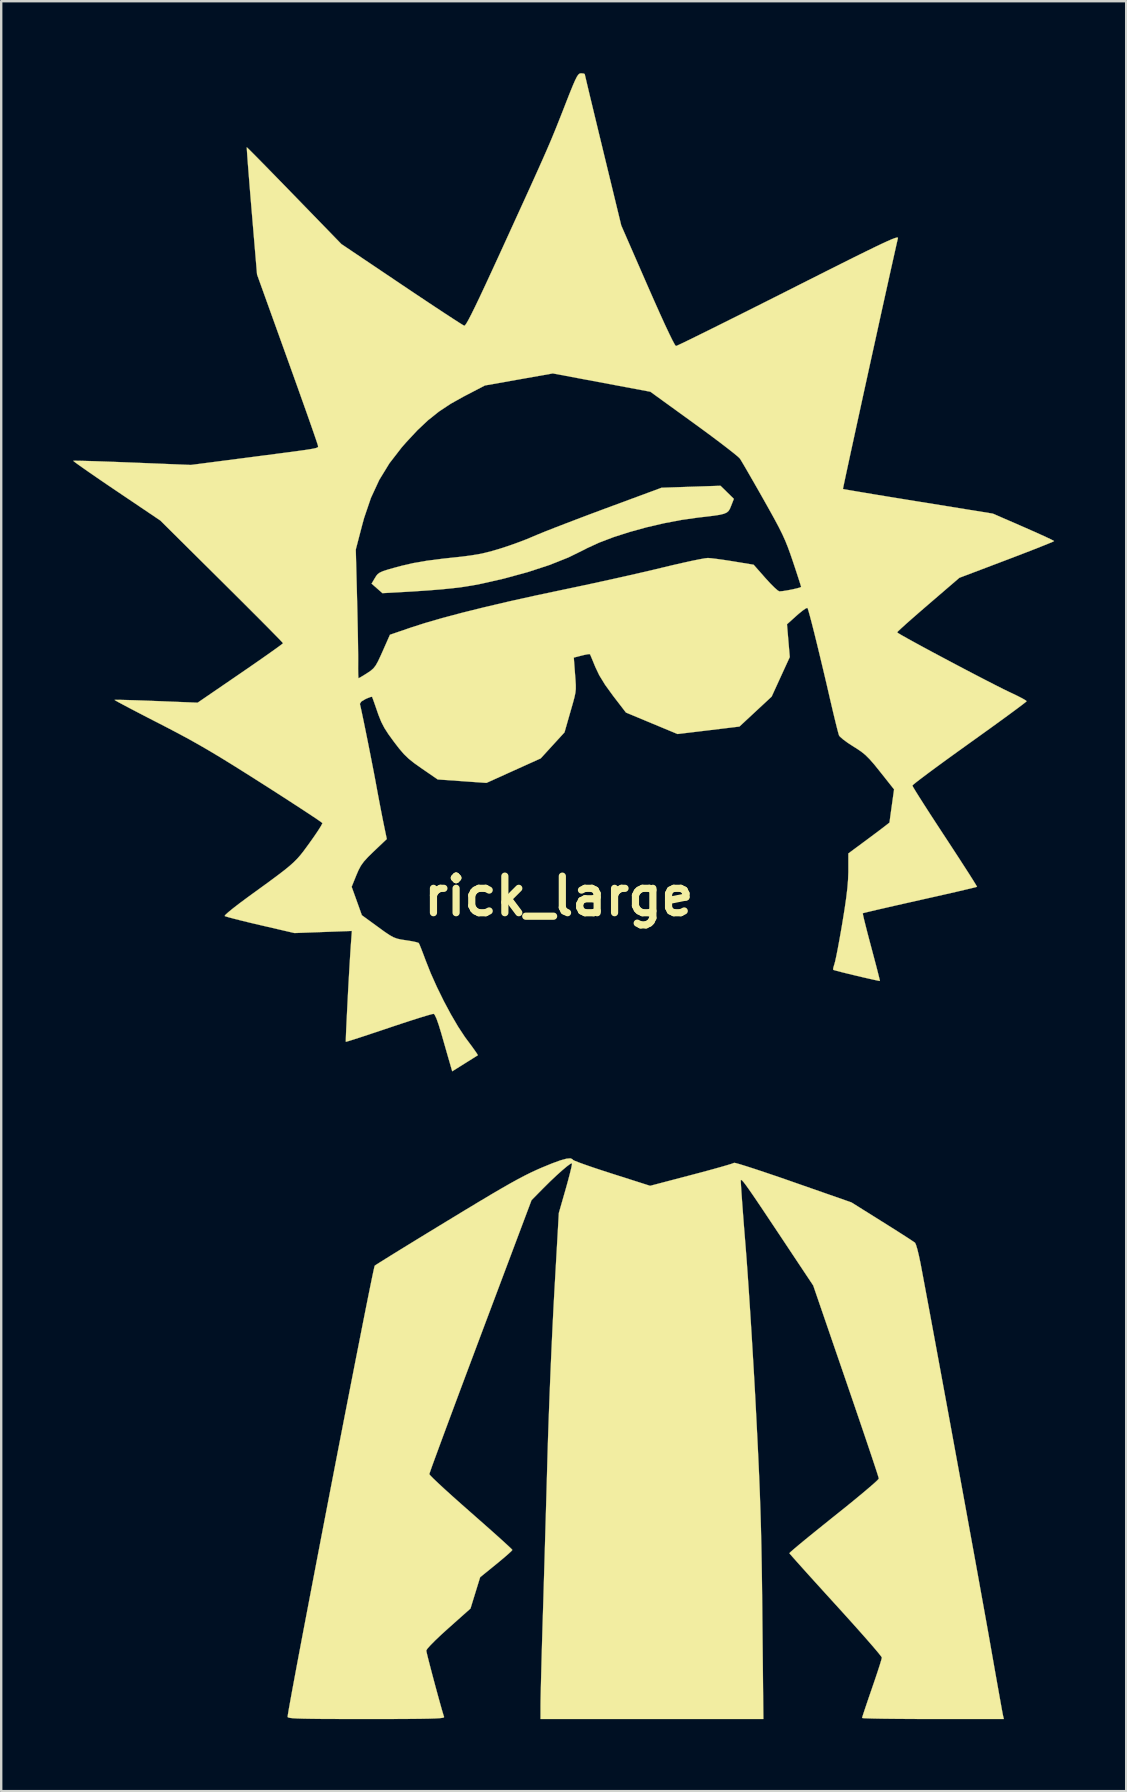
<source format=kicad_pcb>
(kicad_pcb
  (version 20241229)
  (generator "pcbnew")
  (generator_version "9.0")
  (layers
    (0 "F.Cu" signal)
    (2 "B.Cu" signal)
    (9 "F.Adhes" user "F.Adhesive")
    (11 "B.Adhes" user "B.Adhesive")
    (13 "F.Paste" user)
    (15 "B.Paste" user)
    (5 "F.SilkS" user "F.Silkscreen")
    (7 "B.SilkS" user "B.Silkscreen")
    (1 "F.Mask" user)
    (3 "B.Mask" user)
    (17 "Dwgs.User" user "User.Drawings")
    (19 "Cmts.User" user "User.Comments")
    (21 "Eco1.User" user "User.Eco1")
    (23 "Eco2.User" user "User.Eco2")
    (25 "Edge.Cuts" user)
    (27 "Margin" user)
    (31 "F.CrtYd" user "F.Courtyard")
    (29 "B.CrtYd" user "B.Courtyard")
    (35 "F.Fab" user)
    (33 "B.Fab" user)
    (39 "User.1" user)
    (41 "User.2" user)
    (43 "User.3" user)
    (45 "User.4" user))
  (footprint "rick_large"
    (layer "F.Cu")
    (at 20.238 34.295)
    (property "Reference" "rick_large" (at 0 0 0) (layer "F.SilkS") (effects (font (size 1.524 1.524) (thickness 0.3))))
    (attr through_hole)
    (fp_poly (pts (xy 7.015 -16.829) (xy 7.293 -16.556) (xy 7.179 -16.266) (xy 7.13 -16.146) (xy 7.075 -16.055) (xy 6.997 -15.987) (xy 6.878 -15.935) (xy 6.699 -15.892) (xy 6.443 -15.853) (xy 6.089 -15.81) (xy 5.813 -15.779) (xy 5.116 -15.68) (xy 4.388 -15.542) (xy 3.656 -15.372) (xy 2.944 -15.175) (xy 2.277 -14.961) (xy 1.681 -14.734) (xy 1.18 -14.504) (xy 1.079 -14.45) (xy 0.402 -14.117) (xy -0.391 -13.801) (xy -1.292 -13.506) (xy -2.29 -13.234) (xy -3.207 -13.025) (xy -3.578 -12.953) (xy -3.968 -12.89) (xy -4.395 -12.836) (xy -4.878 -12.787) (xy -5.436 -12.742) (xy -6.087 -12.698) (xy -6.644 -12.666) (xy -7.351 -12.627) (xy -7.577 -12.825) (xy -7.803 -13.024) (xy -7.67 -13.248) (xy -7.609 -13.347) (xy -7.545 -13.423) (xy -7.457 -13.485) (xy -7.326 -13.544) (xy -7.13 -13.608) (xy -6.849 -13.687) (xy -6.536 -13.771) (xy -6.059 -13.881) (xy -5.498 -13.978) (xy -4.836 -14.063) (xy -4.551 -14.094) (xy -4.071 -14.145) (xy -3.685 -14.195) (xy -3.361 -14.247) (xy -3.068 -14.309) (xy -2.772 -14.386) (xy -2.463 -14.477) (xy -2.089 -14.599) (xy -1.695 -14.74) (xy -1.328 -14.88) (xy -1.056 -14.995) (xy -0.865 -15.076) (xy -0.572 -15.195) (xy -0.194 -15.344) (xy 0.252 -15.516) (xy 0.749 -15.706) (xy 1.28 -15.907) (xy 1.827 -16.111) (xy 1.901 -16.139) (xy 4.279 -17.019) (xy 5.508 -17.061) (xy 6.737 -17.102) (xy 7.015 -16.829)) (stroke (width 0.01) (type solid)) (fill yes) (layer "F.SilkS"))
    (fp_poly (pts (xy 0.571 10.964) (xy 0.582 10.987) (xy 0.646 11.022) (xy 0.815 11.09) (xy 1.074 11.184) (xy 1.405 11.299) (xy 1.793 11.428) (xy 2.204 11.561) (xy 3.804 12.071) (xy 5.537 11.616) (xy 5.987 11.497) (xy 6.395 11.386) (xy 6.746 11.288) (xy 7.025 11.207) (xy 7.215 11.148) (xy 7.3 11.115) (xy 7.303 11.113) (xy 7.367 11.122) (xy 7.539 11.17) (xy 7.805 11.252) (xy 8.152 11.364) (xy 8.567 11.502) (xy 9.039 11.662) (xy 9.553 11.839) (xy 9.764 11.913) (xy 12.193 12.762) (xy 13.479 13.567) (xy 13.844 13.796) (xy 14.175 14.006) (xy 14.457 14.186) (xy 14.673 14.327) (xy 14.807 14.417) (xy 14.843 14.443) (xy 14.884 14.53) (xy 14.94 14.715) (xy 15.003 14.975) (xy 15.068 15.282) (xy 15.079 15.338) (xy 15.173 15.839) (xy 15.286 16.444) (xy 15.416 17.141) (xy 15.56 17.918) (xy 15.716 18.762) (xy 15.882 19.662) (xy 16.056 20.605) (xy 16.235 21.578) (xy 16.417 22.571) (xy 16.6 23.57) (xy 16.782 24.563) (xy 16.96 25.538) (xy 17.132 26.483) (xy 17.297 27.386) (xy 17.451 28.234) (xy 17.592 29.016) (xy 17.719 29.718) (xy 17.829 30.33) (xy 17.92 30.838) (xy 17.974 31.147) (xy 18.078 31.737) (xy 18.176 32.293) (xy 18.266 32.8) (xy 18.346 33.246) (xy 18.412 33.618) (xy 18.463 33.901) (xy 18.497 34.083) (xy 18.51 34.147) (xy 18.544 34.29) (xy 15.59 34.29) (xy 14.992 34.289) (xy 14.433 34.286) (xy 13.928 34.282) (xy 13.489 34.277) (xy 13.128 34.27) (xy 12.857 34.262) (xy 12.689 34.254) (xy 12.636 34.245) (xy 12.656 34.174) (xy 12.712 34.002) (xy 12.797 33.748) (xy 12.904 33.431) (xy 13.029 33.069) (xy 13.049 33.011) (xy 13.176 32.64) (xy 13.287 32.308) (xy 13.376 32.033) (xy 13.436 31.835) (xy 13.462 31.734) (xy 13.462 31.729) (xy 13.42 31.665) (xy 13.301 31.516) (xy 13.114 31.295) (xy 12.866 31.009) (xy 12.566 30.669) (xy 12.224 30.286) (xy 11.847 29.868) (xy 11.541 29.531) (xy 11.144 29.095) (xy 10.774 28.687) (xy 10.44 28.318) (xy 10.15 27.996) (xy 9.914 27.732) (xy 9.739 27.535) (xy 9.635 27.415) (xy 9.608 27.38) (xy 9.653 27.332) (xy 9.787 27.215) (xy 9.999 27.036) (xy 10.278 26.805) (xy 10.614 26.532) (xy 10.996 26.224) (xy 11.412 25.89) (xy 11.465 25.848) (xy 11.886 25.511) (xy 12.274 25.196) (xy 12.618 24.912) (xy 12.907 24.668) (xy 13.13 24.475) (xy 13.276 24.34) (xy 13.334 24.274) (xy 13.335 24.271) (xy 13.315 24.197) (xy 13.257 24.013) (xy 13.164 23.729) (xy 13.04 23.356) (xy 12.888 22.904) (xy 12.712 22.382) (xy 12.515 21.802) (xy 12.3 21.172) (xy 12.071 20.504) (xy 11.968 20.203) (xy 10.601 16.224) (xy 9.19 14.102) (xy 8.815 13.54) (xy 8.505 13.075) (xy 8.252 12.699) (xy 8.05 12.403) (xy 7.894 12.179) (xy 7.777 12.017) (xy 7.694 11.91) (xy 7.637 11.849) (xy 7.602 11.824) (xy 7.582 11.828) (xy 7.582 11.894) (xy 7.592 12.074) (xy 7.61 12.353) (xy 7.636 12.72) (xy 7.669 13.161) (xy 7.707 13.663) (xy 7.751 14.213) (xy 7.778 14.546) (xy 7.822 15.11) (xy 7.87 15.779) (xy 7.921 16.533) (xy 7.975 17.35) (xy 8.029 18.209) (xy 8.082 19.088) (xy 8.134 19.967) (xy 8.182 20.823) (xy 8.217 21.495) (xy 8.267 22.474) (xy 8.31 23.352) (xy 8.346 24.152) (xy 8.376 24.899) (xy 8.401 25.618) (xy 8.422 26.332) (xy 8.439 27.067) (xy 8.453 27.846) (xy 8.466 28.694) (xy 8.477 29.635) (xy 8.48 30.02) (xy 8.523 34.29) (xy -0.762 34.29) (xy -0.762 33.703) (xy -0.76 33.519) (xy -0.754 33.224) (xy -0.745 32.833) (xy -0.733 32.362) (xy -0.719 31.826) (xy -0.703 31.242) (xy -0.685 30.624) (xy -0.668 30.067) (xy -0.646 29.369) (xy -0.623 28.573) (xy -0.597 27.707) (xy -0.571 26.8) (xy -0.544 25.88) (xy -0.518 24.977) (xy -0.494 24.118) (xy -0.475 23.431) (xy -0.451 22.62) (xy -0.42 21.727) (xy -0.385 20.783) (xy -0.346 19.818) (xy -0.305 18.865) (xy -0.262 17.952) (xy -0.22 17.112) (xy -0.188 16.523) (xy 0.000198 13.203) (xy 0.292 12.185) (xy 0.386 11.845) (xy 0.464 11.549) (xy 0.52 11.317) (xy 0.548 11.172) (xy 0.548 11.131) (xy 0.484 11.152) (xy 0.346 11.252) (xy 0.148 11.417) (xy -0.094 11.634) (xy -0.366 11.891) (xy -0.653 12.176) (xy -0.68 12.203) (xy -1.138 12.668) (xy -3.268 18.334) (xy -3.572 19.146) (xy -3.864 19.924) (xy -4.14 20.662) (xy -4.396 21.349) (xy -4.63 21.979) (xy -4.839 22.542) (xy -5.019 23.031) (xy -5.168 23.437) (xy -5.283 23.752) (xy -5.359 23.968) (xy -5.395 24.075) (xy -5.397 24.086) (xy -5.351 24.146) (xy -5.22 24.279) (xy -5.013 24.475) (xy -4.743 24.725) (xy -4.419 25.018) (xy -4.053 25.344) (xy -3.667 25.684) (xy -3.271 26.033) (xy -2.906 26.355) (xy -2.584 26.642) (xy -2.316 26.884) (xy -2.111 27.072) (xy -1.981 27.195) (xy -1.937 27.244) (xy -1.983 27.299) (xy -2.111 27.417) (xy -2.302 27.582) (xy -2.538 27.779) (xy -2.608 27.836) (xy -3.28 28.382) (xy -3.481 29.034) (xy -3.682 29.686) (xy -4.603 30.506) (xy -4.904 30.779) (xy -5.16 31.022) (xy -5.357 31.222) (xy -5.483 31.365) (xy -5.524 31.437) (xy -5.508 31.522) (xy -5.464 31.706) (xy -5.397 31.969) (xy -5.314 32.288) (xy -5.221 32.64) (xy -5.123 33.004) (xy -5.027 33.357) (xy -4.938 33.677) (xy -4.863 33.942) (xy -4.807 34.13) (xy -4.781 34.206) (xy -4.793 34.225) (xy -4.85 34.241) (xy -4.96 34.254) (xy -5.135 34.265) (xy -5.381 34.274) (xy -5.709 34.28) (xy -6.128 34.285) (xy -6.646 34.288) (xy -7.274 34.29) (xy -8.018 34.29) (xy -8.026 34.29) (xy -8.766 34.29) (xy -9.388 34.288) (xy -9.903 34.286) (xy -10.32 34.281) (xy -10.648 34.275) (xy -10.897 34.267) (xy -11.078 34.257) (xy -11.198 34.244) (xy -11.269 34.228) (xy -11.3 34.209) (xy -11.303 34.199) (xy -11.291 34.109) (xy -11.257 33.903) (xy -11.201 33.592) (xy -11.127 33.182) (xy -11.034 32.682) (xy -10.926 32.101) (xy -10.803 31.447) (xy -10.667 30.728) (xy -10.519 29.952) (xy -10.362 29.129) (xy -10.197 28.265) (xy -10.026 27.37) (xy -9.85 26.453) (xy -9.67 25.52) (xy -9.489 24.581) (xy -9.308 23.644) (xy -9.128 22.717) (xy -8.952 21.809) (xy -8.78 20.928) (xy -8.615 20.082) (xy -8.458 19.28) (xy -8.31 18.53) (xy -8.174 17.84) (xy -8.051 17.219) (xy -7.942 16.675) (xy -7.849 16.216) (xy -7.774 15.851) (xy -7.718 15.588) (xy -7.683 15.436) (xy -7.672 15.399) (xy -7.603 15.352) (xy -7.436 15.246) (xy -7.181 15.087) (xy -6.848 14.88) (xy -6.447 14.633) (xy -5.989 14.352) (xy -5.484 14.043) (xy -4.941 13.712) (xy -4.637 13.527) (xy -3.948 13.108) (xy -3.354 12.75) (xy -2.845 12.446) (xy -2.409 12.191) (xy -2.035 11.977) (xy -1.711 11.798) (xy -1.426 11.648) (xy -1.169 11.52) (xy -0.927 11.408) (xy -0.742 11.326) (xy -0.288 11.139) (xy 0.062 11.011) (xy 0.317 10.941) (xy 0.484 10.926) (xy 0.571 10.964)) (stroke (width 0.01) (type solid)) (fill yes) (layer "F.SilkS"))
    (fp_poly (pts (xy 1.044 -34.278) (xy 1.079 -34.256) (xy 1.094 -34.189) (xy 1.136 -34.011) (xy 1.202 -33.733) (xy 1.289 -33.367) (xy 1.396 -32.924) (xy 1.518 -32.417) (xy 1.653 -31.857) (xy 1.799 -31.256) (xy 1.84 -31.085) (xy 2.601 -27.949) (xy 3.698 -25.436) (xy 3.965 -24.83) (xy 4.205 -24.292) (xy 4.414 -23.833) (xy 4.59 -23.459) (xy 4.728 -23.177) (xy 4.825 -22.997) (xy 4.877 -22.925) (xy 4.88 -22.924) (xy 4.949 -22.952) (xy 5.122 -23.033) (xy 5.391 -23.163) (xy 5.748 -23.338) (xy 6.184 -23.553) (xy 6.689 -23.804) (xy 7.256 -24.087) (xy 7.877 -24.397) (xy 8.541 -24.731) (xy 9.241 -25.083) (xy 9.566 -25.247) (xy 10.405 -25.671) (xy 11.138 -26.04) (xy 11.771 -26.358) (xy 12.312 -26.628) (xy 12.767 -26.852) (xy 13.143 -27.036) (xy 13.446 -27.181) (xy 13.684 -27.291) (xy 13.864 -27.37) (xy 13.992 -27.419) (xy 14.074 -27.444) (xy 14.119 -27.446) (xy 14.132 -27.43) (xy 14.131 -27.422) (xy 14.084 -27.222) (xy 14.017 -26.921) (xy 13.93 -26.533) (xy 13.826 -26.067) (xy 13.708 -25.535) (xy 13.578 -24.948) (xy 13.438 -24.316) (xy 13.292 -23.651) (xy 13.141 -22.963) (xy 12.987 -22.264) (xy 12.834 -21.565) (xy 12.683 -20.877) (xy 12.538 -20.21) (xy 12.399 -19.575) (xy 12.271 -18.985) (xy 12.154 -18.449) (xy 12.053 -17.979) (xy 11.968 -17.585) (xy 11.903 -17.279) (xy 11.859 -17.072) (xy 11.84 -16.974) (xy 11.84 -16.968) (xy 11.904 -16.954) (xy 12.082 -16.923) (xy 12.362 -16.875) (xy 12.731 -16.813) (xy 13.177 -16.738) (xy 13.688 -16.654) (xy 14.253 -16.562) (xy 14.859 -16.463) (xy 14.973 -16.445) (xy 18.086 -15.941) (xy 19.362 -15.386) (xy 19.733 -15.222) (xy 20.062 -15.075) (xy 20.332 -14.951) (xy 20.526 -14.859) (xy 20.627 -14.806) (xy 20.637 -14.797) (xy 20.58 -14.767) (xy 20.418 -14.699) (xy 20.164 -14.596) (xy 19.833 -14.465) (xy 19.439 -14.312) (xy 18.994 -14.141) (xy 18.664 -14.015) (xy 16.691 -13.267) (xy 15.394 -12.152) (xy 15.051 -11.856) (xy 14.743 -11.587) (xy 14.48 -11.355) (xy 14.277 -11.171) (xy 14.145 -11.047) (xy 14.097 -10.995) (xy 14.097 -10.995) (xy 14.151 -10.955) (xy 14.304 -10.864) (xy 14.542 -10.73) (xy 14.851 -10.56) (xy 15.216 -10.361) (xy 15.625 -10.141) (xy 16.063 -9.908) (xy 16.515 -9.668) (xy 16.969 -9.429) (xy 17.409 -9.199) (xy 17.823 -8.985) (xy 18.196 -8.794) (xy 18.514 -8.633) (xy 18.763 -8.512) (xy 18.844 -8.474) (xy 19.103 -8.35) (xy 19.313 -8.242) (xy 19.451 -8.162) (xy 19.494 -8.125) (xy 19.444 -8.079) (xy 19.301 -7.968) (xy 19.074 -7.798) (xy 18.775 -7.577) (xy 18.413 -7.313) (xy 17.998 -7.012) (xy 17.541 -6.684) (xy 17.113 -6.377) (xy 16.628 -6.029) (xy 16.175 -5.702) (xy 15.766 -5.403) (xy 15.411 -5.141) (xy 15.12 -4.923) (xy 14.903 -4.756) (xy 14.771 -4.648) (xy 14.733 -4.609) (xy 14.766 -4.542) (xy 14.863 -4.381) (xy 15.014 -4.139) (xy 15.213 -3.826) (xy 15.452 -3.454) (xy 15.724 -3.036) (xy 16.02 -2.583) (xy 16.09 -2.477) (xy 16.389 -2.02) (xy 16.665 -1.597) (xy 16.909 -1.219) (xy 17.115 -0.899) (xy 17.274 -0.647) (xy 17.38 -0.475) (xy 17.426 -0.394) (xy 17.427 -0.39) (xy 17.362 -0.372) (xy 17.188 -0.329) (xy 16.916 -0.265) (xy 16.562 -0.182) (xy 16.137 -0.085) (xy 15.657 0.024) (xy 15.135 0.141) (xy 15.047 0.161) (xy 14.519 0.28) (xy 14.031 0.39) (xy 13.597 0.49) (xy 13.229 0.574) (xy 12.943 0.642) (xy 12.752 0.688) (xy 12.668 0.71) (xy 12.666 0.712) (xy 12.675 0.777) (xy 12.713 0.947) (xy 12.777 1.204) (xy 12.86 1.531) (xy 12.96 1.91) (xy 13.018 2.127) (xy 13.124 2.527) (xy 13.218 2.882) (xy 13.294 3.177) (xy 13.348 3.393) (xy 13.377 3.514) (xy 13.379 3.533) (xy 13.316 3.524) (xy 13.156 3.49) (xy 12.923 3.438) (xy 12.644 3.374) (xy 12.345 3.303) (xy 12.051 3.232) (xy 11.788 3.167) (xy 11.581 3.113) (xy 11.457 3.078) (xy 11.433 3.069) (xy 11.434 2.999) (xy 11.474 2.861) (xy 11.482 2.839) (xy 11.514 2.72) (xy 11.563 2.496) (xy 11.624 2.187) (xy 11.693 1.813) (xy 11.767 1.396) (xy 11.812 1.132) (xy 11.907 0.547) (xy 11.977 0.063) (xy 12.025 -0.341) (xy 12.053 -0.688) (xy 12.065 -1.001) (xy 12.065 -1.076) (xy 12.065 -1.78) (xy 12.922 -2.415) (xy 13.205 -2.626) (xy 13.449 -2.81) (xy 13.637 -2.954) (xy 13.751 -3.044) (xy 13.78 -3.07) (xy 13.788 -3.137) (xy 13.81 -3.303) (xy 13.843 -3.541) (xy 13.875 -3.769) (xy 13.97 -4.45) (xy 13.393 -5.178) (xy 13.149 -5.482) (xy 12.952 -5.707) (xy 12.779 -5.88) (xy 12.601 -6.024) (xy 12.394 -6.164) (xy 12.274 -6.238) (xy 12.037 -6.392) (xy 11.84 -6.537) (xy 11.711 -6.652) (xy 11.676 -6.698) (xy 11.647 -6.796) (xy 11.594 -6.997) (xy 11.523 -7.283) (xy 11.438 -7.634) (xy 11.345 -8.031) (xy 11.3 -8.223) (xy 11.158 -8.839) (xy 11.017 -9.436) (xy 10.882 -10.001) (xy 10.756 -10.52) (xy 10.642 -10.983) (xy 10.542 -11.375) (xy 10.46 -11.685) (xy 10.4 -11.9) (xy 10.364 -12.006) (xy 10.359 -12.014) (xy 10.297 -11.995) (xy 10.167 -11.906) (xy 9.991 -11.764) (xy 9.913 -11.695) (xy 9.507 -11.33) (xy 9.565 -10.647) (xy 9.623 -9.964) (xy 9.245 -9.14) (xy 8.868 -8.316) (xy 7.525 -7.068) (xy 6.236 -6.912) (xy 4.946 -6.757) (xy 3.872 -7.204) (xy 2.797 -7.652) (xy 2.262 -8.347) (xy 1.93 -8.805) (xy 1.684 -9.207) (xy 1.519 -9.554) (xy 1.424 -9.786) (xy 1.348 -9.969) (xy 1.302 -10.074) (xy 1.295 -10.087) (xy 1.229 -10.086) (xy 1.079 -10.057) (xy 0.95 -10.026) (xy 0.623 -9.942) (xy 0.671 -9.305) (xy 0.693 -9.015) (xy 0.706 -8.801) (xy 0.706 -8.629) (xy 0.689 -8.47) (xy 0.651 -8.29) (xy 0.589 -8.059) (xy 0.499 -7.745) (xy 0.472 -7.651) (xy 0.236 -6.826) (xy -0.26 -6.284) (xy -0.756 -5.741) (xy -1.886 -5.231) (xy -3.016 -4.72) (xy -4.032 -4.792) (xy -5.048 -4.864) (xy -5.715 -5.323) (xy -6.023 -5.541) (xy -6.258 -5.729) (xy -6.457 -5.921) (xy -6.656 -6.153) (xy -6.868 -6.429) (xy -7.101 -6.749) (xy -7.271 -7.014) (xy -7.401 -7.266) (xy -7.513 -7.544) (xy -7.561 -7.682) (xy -7.649 -7.938) (xy -7.722 -8.145) (xy -7.771 -8.277) (xy -7.785 -8.31) (xy -7.848 -8.299) (xy -7.985 -8.247) (xy -8.058 -8.214) (xy -8.232 -8.11) (xy -8.291 -8.015) (xy -8.289 -8.001) (xy -8.254 -7.852) (xy -8.2 -7.6) (xy -8.13 -7.267) (xy -8.05 -6.875) (xy -7.963 -6.445) (xy -7.875 -6.001) (xy -7.789 -5.563) (xy -7.709 -5.153) (xy -7.641 -4.794) (xy -7.619 -4.673) (xy -7.543 -4.261) (xy -7.463 -3.839) (xy -7.387 -3.445) (xy -7.322 -3.117) (xy -7.296 -2.99) (xy -7.17 -2.381) (xy -7.705 -1.873) (xy -7.95 -1.634) (xy -8.123 -1.444) (xy -8.249 -1.27) (xy -8.35 -1.08) (xy -8.437 -0.878) (xy -8.634 -0.39) (xy -8.421 0.202) (xy -8.209 0.794) (xy -7.541 1.281) (xy -7.263 1.483) (xy -7.056 1.622) (xy -6.893 1.713) (xy -6.742 1.77) (xy -6.575 1.808) (xy -6.375 1.838) (xy -6.136 1.876) (xy -5.949 1.915) (xy -5.846 1.948) (xy -5.838 1.954) (xy -5.801 2.029) (xy -5.733 2.198) (xy -5.642 2.434) (xy -5.555 2.667) (xy -5.341 3.208) (xy -5.083 3.784) (xy -4.797 4.368) (xy -4.497 4.928) (xy -4.2 5.436) (xy -3.92 5.862) (xy -3.83 5.984) (xy -3.651 6.224) (xy -3.506 6.425) (xy -3.409 6.566) (xy -3.375 6.628) (xy -3.375 6.629) (xy -3.435 6.667) (xy -3.578 6.757) (xy -3.78 6.883) (xy -3.92 6.971) (xy -4.443 7.298) (xy -4.548 6.935) (xy -4.607 6.733) (xy -4.689 6.446) (xy -4.785 6.111) (xy -4.884 5.766) (xy -4.889 5.747) (xy -5.002 5.375) (xy -5.097 5.105) (xy -5.173 4.946) (xy -5.216 4.903) (xy -5.297 4.918) (xy -5.483 4.97) (xy -5.757 5.053) (xy -6.104 5.163) (xy -6.507 5.294) (xy -6.952 5.442) (xy -7.082 5.486) (xy -7.531 5.637) (xy -7.94 5.773) (xy -8.293 5.889) (xy -8.575 5.98) (xy -8.772 6.041) (xy -8.869 6.068) (xy -8.876 6.068) (xy -8.877 6.003) (xy -8.872 5.829) (xy -8.861 5.563) (xy -8.845 5.225) (xy -8.826 4.831) (xy -8.804 4.399) (xy -8.781 3.948) (xy -8.756 3.495) (xy -8.731 3.057) (xy -8.707 2.654) (xy -8.685 2.302) (xy -8.666 2.02) (xy -8.663 1.979) (xy -8.624 1.449) (xy -11.017 1.537) (xy -12.446 1.205) (xy -12.855 1.109) (xy -13.224 1.019) (xy -13.532 0.941) (xy -13.764 0.879) (xy -13.899 0.838) (xy -13.926 0.826) (xy -13.893 0.777) (xy -13.771 0.666) (xy -13.574 0.505) (xy -13.317 0.306) (xy -13.014 0.081) (xy -12.942 0.028) (xy -12.443 -0.334) (xy -12.034 -0.632) (xy -11.703 -0.878) (xy -11.437 -1.082) (xy -11.224 -1.256) (xy -11.051 -1.41) (xy -10.906 -1.555) (xy -10.776 -1.702) (xy -10.648 -1.863) (xy -10.511 -2.049) (xy -10.388 -2.218) (xy -10.195 -2.491) (xy -10.034 -2.729) (xy -9.917 -2.914) (xy -9.858 -3.025) (xy -9.853 -3.046) (xy -9.91 -3.091) (xy -10.062 -3.197) (xy -10.301 -3.357) (xy -10.615 -3.564) (xy -10.994 -3.811) (xy -11.426 -4.091) (xy -11.901 -4.397) (xy -12.351 -4.684) (xy -13.012 -5.103) (xy -13.587 -5.464) (xy -14.095 -5.777) (xy -14.556 -6.053) (xy -14.99 -6.305) (xy -15.416 -6.544) (xy -15.854 -6.78) (xy -16.323 -7.026) (xy -16.68 -7.21) (xy -17.125 -7.438) (xy -17.529 -7.648) (xy -17.881 -7.832) (xy -18.168 -7.984) (xy -18.376 -8.096) (xy -18.492 -8.163) (xy -18.512 -8.179) (xy -18.446 -8.182) (xy -18.269 -8.18) (xy -17.999 -8.173) (xy -17.651 -8.163) (xy -17.243 -8.149) (xy -16.791 -8.131) (xy -16.772 -8.131) (xy -15.053 -8.062) (xy -13.273 -9.281) (xy -12.853 -9.57) (xy -12.468 -9.837) (xy -12.13 -10.074) (xy -11.852 -10.271) (xy -11.646 -10.42) (xy -11.523 -10.513) (xy -11.493 -10.541) (xy -11.537 -10.592) (xy -11.663 -10.724) (xy -11.864 -10.929) (xy -12.13 -11.2) (xy -12.455 -11.527) (xy -12.83 -11.902) (xy -13.247 -12.319) (xy -13.698 -12.768) (xy -14.049 -13.117) (xy -15.389 -14.446) (xy -8.462 -14.446) (xy -8.409 -12.414) (xy -8.396 -11.882) (xy -8.385 -11.359) (xy -8.375 -10.866) (xy -8.368 -10.427) (xy -8.364 -10.062) (xy -8.363 -9.795) (xy -8.364 -9.731) (xy -8.365 -9.461) (xy -8.361 -9.246) (xy -8.354 -9.112) (xy -8.346 -9.081) (xy -8.284 -9.112) (xy -8.146 -9.194) (xy -7.985 -9.295) (xy -7.838 -9.395) (xy -7.727 -9.492) (xy -7.632 -9.613) (xy -7.536 -9.784) (xy -7.419 -10.033) (xy -7.344 -10.201) (xy -7.038 -10.893) (xy -6.17 -11.191) (xy -5.568 -11.384) (xy -4.848 -11.592) (xy -4.018 -11.813) (xy -3.088 -12.044) (xy -2.064 -12.284) (xy -0.955 -12.53) (xy 0.133 -12.76) (xy 0.765 -12.893) (xy 1.438 -13.037) (xy 2.124 -13.187) (xy 2.792 -13.336) (xy 3.414 -13.478) (xy 3.96 -13.605) (xy 4.275 -13.681) (xy 4.734 -13.791) (xy 5.163 -13.889) (xy 5.543 -13.973) (xy 5.858 -14.037) (xy 6.086 -14.078) (xy 6.211 -14.092) (xy 6.212 -14.092) (xy 6.363 -14.08) (xy 6.606 -14.05) (xy 6.911 -14.007) (xy 7.243 -13.956) (xy 7.282 -13.949) (xy 8.118 -13.811) (xy 8.607 -13.256) (xy 8.808 -13.036) (xy 8.986 -12.858) (xy 9.122 -12.739) (xy 9.192 -12.7) (xy 9.327 -12.712) (xy 9.518 -12.742) (xy 9.728 -12.782) (xy 9.919 -12.826) (xy 10.054 -12.864) (xy 10.097 -12.888) (xy 10.077 -12.958) (xy 10.024 -13.128) (xy 9.943 -13.377) (xy 9.842 -13.685) (xy 9.753 -13.952) (xy 9.642 -14.276) (xy 9.538 -14.559) (xy 9.431 -14.823) (xy 9.31 -15.09) (xy 9.165 -15.381) (xy 8.984 -15.72) (xy 8.758 -16.128) (xy 8.537 -16.521) (xy 8.304 -16.933) (xy 8.085 -17.315) (xy 7.891 -17.652) (xy 7.731 -17.928) (xy 7.613 -18.127) (xy 7.548 -18.232) (xy 7.546 -18.235) (xy 7.468 -18.312) (xy 7.299 -18.452) (xy 7.052 -18.646) (xy 6.741 -18.885) (xy 6.376 -19.159) (xy 5.973 -19.457) (xy 5.621 -19.713) (xy 3.814 -21.021) (xy -0.251 -21.784) (xy -1.666 -21.533) (xy -3.08 -21.282) (xy -3.974 -20.817) (xy -4.513 -20.516) (xy -4.994 -20.196) (xy -5.446 -19.837) (xy -5.893 -19.417) (xy -6.362 -18.913) (xy -6.548 -18.701) (xy -7.06 -18.039) (xy -7.484 -17.346) (xy -7.831 -16.596) (xy -8.115 -15.761) (xy -8.197 -15.462) (xy -8.462 -14.446) (xy -15.389 -14.446) (xy -16.605 -15.653) (xy -18.432 -16.885) (xy -18.858 -17.173) (xy -19.247 -17.439) (xy -19.588 -17.674) (xy -19.868 -17.87) (xy -20.077 -18.019) (xy -20.202 -18.112) (xy -20.233 -18.142) (xy -20.166 -18.145) (xy -19.987 -18.143) (xy -19.708 -18.136) (xy -19.344 -18.126) (xy -18.908 -18.111) (xy -18.415 -18.093) (xy -17.879 -18.072) (xy -17.772 -18.068) (xy -15.335 -17.969) (xy -12.89 -18.286) (xy -12.217 -18.374) (xy -11.658 -18.447) (xy -11.204 -18.506) (xy -10.843 -18.555) (xy -10.565 -18.594) (xy -10.359 -18.626) (xy -10.215 -18.652) (xy -10.121 -18.674) (xy -10.066 -18.694) (xy -10.041 -18.713) (xy -10.033 -18.733) (xy -10.033 -18.756) (xy -10.054 -18.83) (xy -10.114 -19.011) (xy -10.21 -19.291) (xy -10.338 -19.658) (xy -10.494 -20.102) (xy -10.675 -20.611) (xy -10.876 -21.176) (xy -11.094 -21.785) (xy -11.305 -22.372) (xy -12.576 -25.906) (xy -12.799 -28.551) (xy -12.846 -29.116) (xy -12.889 -29.641) (xy -12.926 -30.111) (xy -12.958 -30.514) (xy -12.982 -30.837) (xy -12.997 -31.067) (xy -13.004 -31.19) (xy -13.003 -31.207) (xy -12.957 -31.165) (xy -12.831 -31.041) (xy -12.635 -30.844) (xy -12.378 -30.583) (xy -12.068 -30.267) (xy -11.715 -29.905) (xy -11.327 -29.507) (xy -11.024 -29.195) (xy -9.062 -27.174) (xy -6.549 -25.483) (xy -6.042 -25.143) (xy -5.566 -24.825) (xy -5.13 -24.536) (xy -4.745 -24.282) (xy -4.423 -24.072) (xy -4.175 -23.912) (xy -4.01 -23.809) (xy -3.939 -23.77) (xy -3.905 -23.793) (xy -3.845 -23.879) (xy -3.758 -24.033) (xy -3.639 -24.262) (xy -3.486 -24.572) (xy -3.296 -24.969) (xy -3.066 -25.459) (xy -2.793 -26.049) (xy -2.473 -26.744) (xy -2.225 -27.287) (xy -1.869 -28.067) (xy -1.561 -28.742) (xy -1.295 -29.325) (xy -1.068 -29.826) (xy -0.873 -30.259) (xy -0.706 -30.633) (xy -0.561 -30.96) (xy -0.434 -31.253) (xy -0.319 -31.522) (xy -0.213 -31.779) (xy -0.108 -32.036) (xy -0.002 -32.303) (xy 0.113 -32.593) (xy 0.24 -32.917) (xy 0.286 -33.036) (xy 0.45 -33.454) (xy 0.578 -33.768) (xy 0.675 -33.992) (xy 0.75 -34.142) (xy 0.81 -34.232) (xy 0.862 -34.276) (xy 0.915 -34.29) (xy 0.928 -34.29) (xy 1.044 -34.278)) (stroke (width 0.01) (type solid)) (fill yes) (layer "F.SilkS")))
  (gr_rect
    (start -3 -3)
    (end 43.881 71.59)
    (stroke (width 0.1) (type default))
    (fill no)
    (layer "Edge.Cuts")))
</source>
